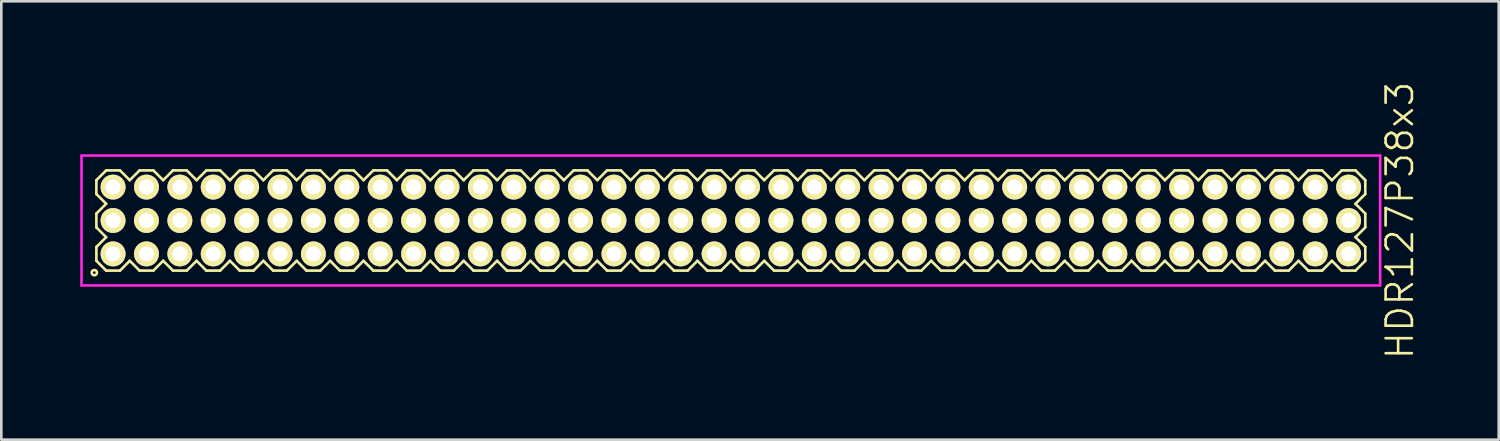
<source format=kicad_pcb>
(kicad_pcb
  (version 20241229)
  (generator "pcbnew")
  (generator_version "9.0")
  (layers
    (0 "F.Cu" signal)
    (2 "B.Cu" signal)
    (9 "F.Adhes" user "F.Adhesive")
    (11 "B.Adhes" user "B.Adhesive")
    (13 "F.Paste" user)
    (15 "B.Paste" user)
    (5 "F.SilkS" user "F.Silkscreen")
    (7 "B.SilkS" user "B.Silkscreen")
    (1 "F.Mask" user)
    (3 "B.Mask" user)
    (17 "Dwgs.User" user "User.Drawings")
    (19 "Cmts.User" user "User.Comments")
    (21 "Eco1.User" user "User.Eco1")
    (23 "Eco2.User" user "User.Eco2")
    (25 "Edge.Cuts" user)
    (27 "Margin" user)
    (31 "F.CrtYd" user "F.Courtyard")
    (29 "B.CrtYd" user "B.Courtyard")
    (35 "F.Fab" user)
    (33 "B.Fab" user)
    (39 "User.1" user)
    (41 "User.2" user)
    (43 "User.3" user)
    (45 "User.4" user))
  (footprint "HDR127P38x3"
    (layer "F.Cu")
    (at 24.745 5.336)
    (property "Reference" "HDR127P38x3" (at 25.445 0 90) (layer "F.SilkS") (effects (font (size 1 1) (thickness 0.1))))
    (attr through_hole)
    (fp_line (start -24.13 -1.533) (end -23.758 -1.905) (stroke (width 0.1) (type solid)) (layer "F.SilkS"))
    (fp_line (start -24.13 -1.007) (end -24.13 -1.533) (stroke (width 0.1) (type solid)) (layer "F.SilkS"))
    (fp_line (start -24.13 -0.263) (end -23.758 -0.635) (stroke (width 0.1) (type solid)) (layer "F.SilkS"))
    (fp_line (start -24.13 0.263) (end -24.13 -0.263) (stroke (width 0.1) (type solid)) (layer "F.SilkS"))
    (fp_line (start -24.13 1.007) (end -23.758 0.635) (stroke (width 0.1) (type solid)) (layer "F.SilkS"))
    (fp_line (start -24.13 1.533) (end -24.13 1.007) (stroke (width 0.1) (type solid)) (layer "F.SilkS"))
    (fp_line (start -23.758 -1.905) (end -23.232 -1.905) (stroke (width 0.1) (type solid)) (layer "F.SilkS"))
    (fp_line (start -23.758 -0.635) (end -24.13 -1.007) (stroke (width 0.1) (type solid)) (layer "F.SilkS"))
    (fp_line (start -23.758 0.635) (end -24.13 0.263) (stroke (width 0.1) (type solid)) (layer "F.SilkS"))
    (fp_line (start -23.758 1.905) (end -24.13 1.533) (stroke (width 0.1) (type solid)) (layer "F.SilkS"))
    (fp_line (start -23.232 -1.905) (end -22.86 -1.533) (stroke (width 0.1) (type solid)) (layer "F.SilkS"))
    (fp_line (start -23.232 1.905) (end -23.758 1.905) (stroke (width 0.1) (type solid)) (layer "F.SilkS"))
    (fp_line (start -22.86 -1.533) (end -22.488 -1.905) (stroke (width 0.1) (type solid)) (layer "F.SilkS"))
    (fp_line (start -22.86 1.533) (end -23.232 1.905) (stroke (width 0.1) (type solid)) (layer "F.SilkS"))
    (fp_line (start -22.488 -1.905) (end -21.962 -1.905) (stroke (width 0.1) (type solid)) (layer "F.SilkS"))
    (fp_line (start -22.488 1.905) (end -22.86 1.533) (stroke (width 0.1) (type solid)) (layer "F.SilkS"))
    (fp_line (start -21.962 -1.905) (end -21.59 -1.533) (stroke (width 0.1) (type solid)) (layer "F.SilkS"))
    (fp_line (start -21.962 1.905) (end -22.488 1.905) (stroke (width 0.1) (type solid)) (layer "F.SilkS"))
    (fp_line (start -21.59 -1.533) (end -21.218 -1.905) (stroke (width 0.1) (type solid)) (layer "F.SilkS"))
    (fp_line (start -21.59 1.533) (end -21.962 1.905) (stroke (width 0.1) (type solid)) (layer "F.SilkS"))
    (fp_line (start -21.218 -1.905) (end -20.692 -1.905) (stroke (width 0.1) (type solid)) (layer "F.SilkS"))
    (fp_line (start -21.218 1.905) (end -21.59 1.533) (stroke (width 0.1) (type solid)) (layer "F.SilkS"))
    (fp_line (start -20.692 -1.905) (end -20.32 -1.533) (stroke (width 0.1) (type solid)) (layer "F.SilkS"))
    (fp_line (start -20.692 1.905) (end -21.218 1.905) (stroke (width 0.1) (type solid)) (layer "F.SilkS"))
    (fp_line (start -20.32 -1.533) (end -19.948 -1.905) (stroke (width 0.1) (type solid)) (layer "F.SilkS"))
    (fp_line (start -20.32 1.533) (end -20.692 1.905) (stroke (width 0.1) (type solid)) (layer "F.SilkS"))
    (fp_line (start -19.948 -1.905) (end -19.422 -1.905) (stroke (width 0.1) (type solid)) (layer "F.SilkS"))
    (fp_line (start -19.948 1.905) (end -20.32 1.533) (stroke (width 0.1) (type solid)) (layer "F.SilkS"))
    (fp_line (start -19.422 -1.905) (end -19.05 -1.533) (stroke (width 0.1) (type solid)) (layer "F.SilkS"))
    (fp_line (start -19.422 1.905) (end -19.948 1.905) (stroke (width 0.1) (type solid)) (layer "F.SilkS"))
    (fp_line (start -19.05 -1.533) (end -18.678 -1.905) (stroke (width 0.1) (type solid)) (layer "F.SilkS"))
    (fp_line (start -19.05 1.533) (end -19.422 1.905) (stroke (width 0.1) (type solid)) (layer "F.SilkS"))
    (fp_line (start -18.678 -1.905) (end -18.152 -1.905) (stroke (width 0.1) (type solid)) (layer "F.SilkS"))
    (fp_line (start -18.678 1.905) (end -19.05 1.533) (stroke (width 0.1) (type solid)) (layer "F.SilkS"))
    (fp_line (start -18.152 -1.905) (end -17.78 -1.533) (stroke (width 0.1) (type solid)) (layer "F.SilkS"))
    (fp_line (start -18.152 1.905) (end -18.678 1.905) (stroke (width 0.1) (type solid)) (layer "F.SilkS"))
    (fp_line (start -17.78 -1.533) (end -17.408 -1.905) (stroke (width 0.1) (type solid)) (layer "F.SilkS"))
    (fp_line (start -17.78 1.533) (end -18.152 1.905) (stroke (width 0.1) (type solid)) (layer "F.SilkS"))
    (fp_line (start -17.408 -1.905) (end -16.882 -1.905) (stroke (width 0.1) (type solid)) (layer "F.SilkS"))
    (fp_line (start -17.408 1.905) (end -17.78 1.533) (stroke (width 0.1) (type solid)) (layer "F.SilkS"))
    (fp_line (start -16.882 -1.905) (end -16.51 -1.533) (stroke (width 0.1) (type solid)) (layer "F.SilkS"))
    (fp_line (start -16.882 1.905) (end -17.408 1.905) (stroke (width 0.1) (type solid)) (layer "F.SilkS"))
    (fp_line (start -16.51 -1.533) (end -16.138 -1.905) (stroke (width 0.1) (type solid)) (layer "F.SilkS"))
    (fp_line (start -16.51 1.533) (end -16.882 1.905) (stroke (width 0.1) (type solid)) (layer "F.SilkS"))
    (fp_line (start -16.138 -1.905) (end -15.612 -1.905) (stroke (width 0.1) (type solid)) (layer "F.SilkS"))
    (fp_line (start -16.138 1.905) (end -16.51 1.533) (stroke (width 0.1) (type solid)) (layer "F.SilkS"))
    (fp_line (start -15.612 -1.905) (end -15.24 -1.533) (stroke (width 0.1) (type solid)) (layer "F.SilkS"))
    (fp_line (start -15.612 1.905) (end -16.138 1.905) (stroke (width 0.1) (type solid)) (layer "F.SilkS"))
    (fp_line (start -15.24 -1.533) (end -14.868 -1.905) (stroke (width 0.1) (type solid)) (layer "F.SilkS"))
    (fp_line (start -15.24 1.533) (end -15.612 1.905) (stroke (width 0.1) (type solid)) (layer "F.SilkS"))
    (fp_line (start -14.868 -1.905) (end -14.342 -1.905) (stroke (width 0.1) (type solid)) (layer "F.SilkS"))
    (fp_line (start -14.868 1.905) (end -15.24 1.533) (stroke (width 0.1) (type solid)) (layer "F.SilkS"))
    (fp_line (start -14.342 -1.905) (end -13.97 -1.533) (stroke (width 0.1) (type solid)) (layer "F.SilkS"))
    (fp_line (start -14.342 1.905) (end -14.868 1.905) (stroke (width 0.1) (type solid)) (layer "F.SilkS"))
    (fp_line (start -13.97 -1.533) (end -13.598 -1.905) (stroke (width 0.1) (type solid)) (layer "F.SilkS"))
    (fp_line (start -13.97 1.533) (end -14.342 1.905) (stroke (width 0.1) (type solid)) (layer "F.SilkS"))
    (fp_line (start -13.598 -1.905) (end -13.072 -1.905) (stroke (width 0.1) (type solid)) (layer "F.SilkS"))
    (fp_line (start -13.598 1.905) (end -13.97 1.533) (stroke (width 0.1) (type solid)) (layer "F.SilkS"))
    (fp_line (start -13.072 -1.905) (end -12.7 -1.533) (stroke (width 0.1) (type solid)) (layer "F.SilkS"))
    (fp_line (start -13.072 1.905) (end -13.598 1.905) (stroke (width 0.1) (type solid)) (layer "F.SilkS"))
    (fp_line (start -12.7 -1.533) (end -12.328 -1.905) (stroke (width 0.1) (type solid)) (layer "F.SilkS"))
    (fp_line (start -12.7 1.533) (end -13.072 1.905) (stroke (width 0.1) (type solid)) (layer "F.SilkS"))
    (fp_line (start -12.328 -1.905) (end -11.802 -1.905) (stroke (width 0.1) (type solid)) (layer "F.SilkS"))
    (fp_line (start -12.328 1.905) (end -12.7 1.533) (stroke (width 0.1) (type solid)) (layer "F.SilkS"))
    (fp_line (start -11.802 -1.905) (end -11.43 -1.533) (stroke (width 0.1) (type solid)) (layer "F.SilkS"))
    (fp_line (start -11.802 1.905) (end -12.328 1.905) (stroke (width 0.1) (type solid)) (layer "F.SilkS"))
    (fp_line (start -11.43 -1.533) (end -11.058 -1.905) (stroke (width 0.1) (type solid)) (layer "F.SilkS"))
    (fp_line (start -11.43 1.533) (end -11.802 1.905) (stroke (width 0.1) (type solid)) (layer "F.SilkS"))
    (fp_line (start -11.058 -1.905) (end -10.532 -1.905) (stroke (width 0.1) (type solid)) (layer "F.SilkS"))
    (fp_line (start -11.058 1.905) (end -11.43 1.533) (stroke (width 0.1) (type solid)) (layer "F.SilkS"))
    (fp_line (start -10.532 -1.905) (end -10.16 -1.533) (stroke (width 0.1) (type solid)) (layer "F.SilkS"))
    (fp_line (start -10.532 1.905) (end -11.058 1.905) (stroke (width 0.1) (type solid)) (layer "F.SilkS"))
    (fp_line (start -10.16 -1.533) (end -9.788 -1.905) (stroke (width 0.1) (type solid)) (layer "F.SilkS"))
    (fp_line (start -10.16 1.533) (end -10.532 1.905) (stroke (width 0.1) (type solid)) (layer "F.SilkS"))
    (fp_line (start -9.788 -1.905) (end -9.262 -1.905) (stroke (width 0.1) (type solid)) (layer "F.SilkS"))
    (fp_line (start -9.788 1.905) (end -10.16 1.533) (stroke (width 0.1) (type solid)) (layer "F.SilkS"))
    (fp_line (start -9.262 -1.905) (end -8.89 -1.533) (stroke (width 0.1) (type solid)) (layer "F.SilkS"))
    (fp_line (start -9.262 1.905) (end -9.788 1.905) (stroke (width 0.1) (type solid)) (layer "F.SilkS"))
    (fp_line (start -8.89 -1.533) (end -8.518 -1.905) (stroke (width 0.1) (type solid)) (layer "F.SilkS"))
    (fp_line (start -8.89 1.533) (end -9.262 1.905) (stroke (width 0.1) (type solid)) (layer "F.SilkS"))
    (fp_line (start -8.518 -1.905) (end -7.992 -1.905) (stroke (width 0.1) (type solid)) (layer "F.SilkS"))
    (fp_line (start -8.518 1.905) (end -8.89 1.533) (stroke (width 0.1) (type solid)) (layer "F.SilkS"))
    (fp_line (start -7.992 -1.905) (end -7.62 -1.533) (stroke (width 0.1) (type solid)) (layer "F.SilkS"))
    (fp_line (start -7.992 1.905) (end -8.518 1.905) (stroke (width 0.1) (type solid)) (layer "F.SilkS"))
    (fp_line (start -7.62 -1.533) (end -7.248 -1.905) (stroke (width 0.1) (type solid)) (layer "F.SilkS"))
    (fp_line (start -7.62 1.533) (end -7.992 1.905) (stroke (width 0.1) (type solid)) (layer "F.SilkS"))
    (fp_line (start -7.248 -1.905) (end -6.722 -1.905) (stroke (width 0.1) (type solid)) (layer "F.SilkS"))
    (fp_line (start -7.248 1.905) (end -7.62 1.533) (stroke (width 0.1) (type solid)) (layer "F.SilkS"))
    (fp_line (start -6.722 -1.905) (end -6.35 -1.533) (stroke (width 0.1) (type solid)) (layer "F.SilkS"))
    (fp_line (start -6.722 1.905) (end -7.248 1.905) (stroke (width 0.1) (type solid)) (layer "F.SilkS"))
    (fp_line (start -6.35 -1.533) (end -5.978 -1.905) (stroke (width 0.1) (type solid)) (layer "F.SilkS"))
    (fp_line (start -6.35 1.533) (end -6.722 1.905) (stroke (width 0.1) (type solid)) (layer "F.SilkS"))
    (fp_line (start -5.978 -1.905) (end -5.452 -1.905) (stroke (width 0.1) (type solid)) (layer "F.SilkS"))
    (fp_line (start -5.978 1.905) (end -6.35 1.533) (stroke (width 0.1) (type solid)) (layer "F.SilkS"))
    (fp_line (start -5.452 -1.905) (end -5.08 -1.533) (stroke (width 0.1) (type solid)) (layer "F.SilkS"))
    (fp_line (start -5.452 1.905) (end -5.978 1.905) (stroke (width 0.1) (type solid)) (layer "F.SilkS"))
    (fp_line (start -5.08 -1.533) (end -4.708 -1.905) (stroke (width 0.1) (type solid)) (layer "F.SilkS"))
    (fp_line (start -5.08 1.533) (end -5.452 1.905) (stroke (width 0.1) (type solid)) (layer "F.SilkS"))
    (fp_line (start -4.708 -1.905) (end -4.182 -1.905) (stroke (width 0.1) (type solid)) (layer "F.SilkS"))
    (fp_line (start -4.708 1.905) (end -5.08 1.533) (stroke (width 0.1) (type solid)) (layer "F.SilkS"))
    (fp_line (start -4.182 -1.905) (end -3.81 -1.533) (stroke (width 0.1) (type solid)) (layer "F.SilkS"))
    (fp_line (start -4.182 1.905) (end -4.708 1.905) (stroke (width 0.1) (type solid)) (layer "F.SilkS"))
    (fp_line (start -3.81 -1.533) (end -3.438 -1.905) (stroke (width 0.1) (type solid)) (layer "F.SilkS"))
    (fp_line (start -3.81 1.533) (end -4.182 1.905) (stroke (width 0.1) (type solid)) (layer "F.SilkS"))
    (fp_line (start -3.438 -1.905) (end -2.912 -1.905) (stroke (width 0.1) (type solid)) (layer "F.SilkS"))
    (fp_line (start -3.438 1.905) (end -3.81 1.533) (stroke (width 0.1) (type solid)) (layer "F.SilkS"))
    (fp_line (start -2.912 -1.905) (end -2.54 -1.533) (stroke (width 0.1) (type solid)) (layer "F.SilkS"))
    (fp_line (start -2.912 1.905) (end -3.438 1.905) (stroke (width 0.1) (type solid)) (layer "F.SilkS"))
    (fp_line (start -2.54 -1.533) (end -2.168 -1.905) (stroke (width 0.1) (type solid)) (layer "F.SilkS"))
    (fp_line (start -2.54 1.533) (end -2.912 1.905) (stroke (width 0.1) (type solid)) (layer "F.SilkS"))
    (fp_line (start -2.168 -1.905) (end -1.642 -1.905) (stroke (width 0.1) (type solid)) (layer "F.SilkS"))
    (fp_line (start -2.168 1.905) (end -2.54 1.533) (stroke (width 0.1) (type solid)) (layer "F.SilkS"))
    (fp_line (start -1.642 -1.905) (end -1.27 -1.533) (stroke (width 0.1) (type solid)) (layer "F.SilkS"))
    (fp_line (start -1.642 1.905) (end -2.168 1.905) (stroke (width 0.1) (type solid)) (layer "F.SilkS"))
    (fp_line (start -1.27 -1.533) (end -0.898 -1.905) (stroke (width 0.1) (type solid)) (layer "F.SilkS"))
    (fp_line (start -1.27 1.533) (end -1.642 1.905) (stroke (width 0.1) (type solid)) (layer "F.SilkS"))
    (fp_line (start -0.898 -1.905) (end -0.372 -1.905) (stroke (width 0.1) (type solid)) (layer "F.SilkS"))
    (fp_line (start -0.898 1.905) (end -1.27 1.533) (stroke (width 0.1) (type solid)) (layer "F.SilkS"))
    (fp_line (start -0.372 -1.905) (end 0 -1.533) (stroke (width 0.1) (type solid)) (layer "F.SilkS"))
    (fp_line (start -0.372 1.905) (end -0.898 1.905) (stroke (width 0.1) (type solid)) (layer "F.SilkS"))
    (fp_line (start 0 -1.533) (end 0.372 -1.905) (stroke (width 0.1) (type solid)) (layer "F.SilkS"))
    (fp_line (start 0 1.533) (end -0.372 1.905) (stroke (width 0.1) (type solid)) (layer "F.SilkS"))
    (fp_line (start 0.372 -1.905) (end 0.898 -1.905) (stroke (width 0.1) (type solid)) (layer "F.SilkS"))
    (fp_line (start 0.372 1.905) (end 0 1.533) (stroke (width 0.1) (type solid)) (layer "F.SilkS"))
    (fp_line (start 0.898 -1.905) (end 1.27 -1.533) (stroke (width 0.1) (type solid)) (layer "F.SilkS"))
    (fp_line (start 0.898 1.905) (end 0.372 1.905) (stroke (width 0.1) (type solid)) (layer "F.SilkS"))
    (fp_line (start 1.27 -1.533) (end 1.642 -1.905) (stroke (width 0.1) (type solid)) (layer "F.SilkS"))
    (fp_line (start 1.27 1.533) (end 0.898 1.905) (stroke (width 0.1) (type solid)) (layer "F.SilkS"))
    (fp_line (start 1.642 -1.905) (end 2.168 -1.905) (stroke (width 0.1) (type solid)) (layer "F.SilkS"))
    (fp_line (start 1.642 1.905) (end 1.27 1.533) (stroke (width 0.1) (type solid)) (layer "F.SilkS"))
    (fp_line (start 2.168 -1.905) (end 2.54 -1.533) (stroke (width 0.1) (type solid)) (layer "F.SilkS"))
    (fp_line (start 2.168 1.905) (end 1.642 1.905) (stroke (width 0.1) (type solid)) (layer "F.SilkS"))
    (fp_line (start 2.54 -1.533) (end 2.912 -1.905) (stroke (width 0.1) (type solid)) (layer "F.SilkS"))
    (fp_line (start 2.54 1.533) (end 2.168 1.905) (stroke (width 0.1) (type solid)) (layer "F.SilkS"))
    (fp_line (start 2.912 -1.905) (end 3.438 -1.905) (stroke (width 0.1) (type solid)) (layer "F.SilkS"))
    (fp_line (start 2.912 1.905) (end 2.54 1.533) (stroke (width 0.1) (type solid)) (layer "F.SilkS"))
    (fp_line (start 3.438 -1.905) (end 3.81 -1.533) (stroke (width 0.1) (type solid)) (layer "F.SilkS"))
    (fp_line (start 3.438 1.905) (end 2.912 1.905) (stroke (width 0.1) (type solid)) (layer "F.SilkS"))
    (fp_line (start 3.81 -1.533) (end 4.182 -1.905) (stroke (width 0.1) (type solid)) (layer "F.SilkS"))
    (fp_line (start 3.81 1.533) (end 3.438 1.905) (stroke (width 0.1) (type solid)) (layer "F.SilkS"))
    (fp_line (start 4.182 -1.905) (end 4.708 -1.905) (stroke (width 0.1) (type solid)) (layer "F.SilkS"))
    (fp_line (start 4.182 1.905) (end 3.81 1.533) (stroke (width 0.1) (type solid)) (layer "F.SilkS"))
    (fp_line (start 4.708 -1.905) (end 5.08 -1.533) (stroke (width 0.1) (type solid)) (layer "F.SilkS"))
    (fp_line (start 4.708 1.905) (end 4.182 1.905) (stroke (width 0.1) (type solid)) (layer "F.SilkS"))
    (fp_line (start 5.08 -1.533) (end 5.452 -1.905) (stroke (width 0.1) (type solid)) (layer "F.SilkS"))
    (fp_line (start 5.08 1.533) (end 4.708 1.905) (stroke (width 0.1) (type solid)) (layer "F.SilkS"))
    (fp_line (start 5.452 -1.905) (end 5.978 -1.905) (stroke (width 0.1) (type solid)) (layer "F.SilkS"))
    (fp_line (start 5.452 1.905) (end 5.08 1.533) (stroke (width 0.1) (type solid)) (layer "F.SilkS"))
    (fp_line (start 5.978 -1.905) (end 6.35 -1.533) (stroke (width 0.1) (type solid)) (layer "F.SilkS"))
    (fp_line (start 5.978 1.905) (end 5.452 1.905) (stroke (width 0.1) (type solid)) (layer "F.SilkS"))
    (fp_line (start 6.35 -1.533) (end 6.722 -1.905) (stroke (width 0.1) (type solid)) (layer "F.SilkS"))
    (fp_line (start 6.35 1.533) (end 5.978 1.905) (stroke (width 0.1) (type solid)) (layer "F.SilkS"))
    (fp_line (start 6.722 -1.905) (end 7.248 -1.905) (stroke (width 0.1) (type solid)) (layer "F.SilkS"))
    (fp_line (start 6.722 1.905) (end 6.35 1.533) (stroke (width 0.1) (type solid)) (layer "F.SilkS"))
    (fp_line (start 7.248 -1.905) (end 7.62 -1.533) (stroke (width 0.1) (type solid)) (layer "F.SilkS"))
    (fp_line (start 7.248 1.905) (end 6.722 1.905) (stroke (width 0.1) (type solid)) (layer "F.SilkS"))
    (fp_line (start 7.62 -1.533) (end 7.992 -1.905) (stroke (width 0.1) (type solid)) (layer "F.SilkS"))
    (fp_line (start 7.62 1.533) (end 7.248 1.905) (stroke (width 0.1) (type solid)) (layer "F.SilkS"))
    (fp_line (start 7.992 -1.905) (end 8.518 -1.905) (stroke (width 0.1) (type solid)) (layer "F.SilkS"))
    (fp_line (start 7.992 1.905) (end 7.62 1.533) (stroke (width 0.1) (type solid)) (layer "F.SilkS"))
    (fp_line (start 8.518 -1.905) (end 8.89 -1.533) (stroke (width 0.1) (type solid)) (layer "F.SilkS"))
    (fp_line (start 8.518 1.905) (end 7.992 1.905) (stroke (width 0.1) (type solid)) (layer "F.SilkS"))
    (fp_line (start 8.89 -1.533) (end 9.262 -1.905) (stroke (width 0.1) (type solid)) (layer "F.SilkS"))
    (fp_line (start 8.89 1.533) (end 8.518 1.905) (stroke (width 0.1) (type solid)) (layer "F.SilkS"))
    (fp_line (start 9.262 -1.905) (end 9.788 -1.905) (stroke (width 0.1) (type solid)) (layer "F.SilkS"))
    (fp_line (start 9.262 1.905) (end 8.89 1.533) (stroke (width 0.1) (type solid)) (layer "F.SilkS"))
    (fp_line (start 9.788 -1.905) (end 10.16 -1.533) (stroke (width 0.1) (type solid)) (layer "F.SilkS"))
    (fp_line (start 9.788 1.905) (end 9.262 1.905) (stroke (width 0.1) (type solid)) (layer "F.SilkS"))
    (fp_line (start 10.16 -1.533) (end 10.532 -1.905) (stroke (width 0.1) (type solid)) (layer "F.SilkS"))
    (fp_line (start 10.16 1.533) (end 9.788 1.905) (stroke (width 0.1) (type solid)) (layer "F.SilkS"))
    (fp_line (start 10.532 -1.905) (end 11.058 -1.905) (stroke (width 0.1) (type solid)) (layer "F.SilkS"))
    (fp_line (start 10.532 1.905) (end 10.16 1.533) (stroke (width 0.1) (type solid)) (layer "F.SilkS"))
    (fp_line (start 11.058 -1.905) (end 11.43 -1.533) (stroke (width 0.1) (type solid)) (layer "F.SilkS"))
    (fp_line (start 11.058 1.905) (end 10.532 1.905) (stroke (width 0.1) (type solid)) (layer "F.SilkS"))
    (fp_line (start 11.43 -1.533) (end 11.802 -1.905) (stroke (width 0.1) (type solid)) (layer "F.SilkS"))
    (fp_line (start 11.43 1.533) (end 11.058 1.905) (stroke (width 0.1) (type solid)) (layer "F.SilkS"))
    (fp_line (start 11.802 -1.905) (end 12.328 -1.905) (stroke (width 0.1) (type solid)) (layer "F.SilkS"))
    (fp_line (start 11.802 1.905) (end 11.43 1.533) (stroke (width 0.1) (type solid)) (layer "F.SilkS"))
    (fp_line (start 12.328 -1.905) (end 12.7 -1.533) (stroke (width 0.1) (type solid)) (layer "F.SilkS"))
    (fp_line (start 12.328 1.905) (end 11.802 1.905) (stroke (width 0.1) (type solid)) (layer "F.SilkS"))
    (fp_line (start 12.7 -1.533) (end 13.072 -1.905) (stroke (width 0.1) (type solid)) (layer "F.SilkS"))
    (fp_line (start 12.7 1.533) (end 12.328 1.905) (stroke (width 0.1) (type solid)) (layer "F.SilkS"))
    (fp_line (start 13.072 -1.905) (end 13.598 -1.905) (stroke (width 0.1) (type solid)) (layer "F.SilkS"))
    (fp_line (start 13.072 1.905) (end 12.7 1.533) (stroke (width 0.1) (type solid)) (layer "F.SilkS"))
    (fp_line (start 13.598 -1.905) (end 13.97 -1.533) (stroke (width 0.1) (type solid)) (layer "F.SilkS"))
    (fp_line (start 13.598 1.905) (end 13.072 1.905) (stroke (width 0.1) (type solid)) (layer "F.SilkS"))
    (fp_line (start 13.97 -1.533) (end 14.342 -1.905) (stroke (width 0.1) (type solid)) (layer "F.SilkS"))
    (fp_line (start 13.97 1.533) (end 13.598 1.905) (stroke (width 0.1) (type solid)) (layer "F.SilkS"))
    (fp_line (start 14.342 -1.905) (end 14.868 -1.905) (stroke (width 0.1) (type solid)) (layer "F.SilkS"))
    (fp_line (start 14.342 1.905) (end 13.97 1.533) (stroke (width 0.1) (type solid)) (layer "F.SilkS"))
    (fp_line (start 14.868 -1.905) (end 15.24 -1.533) (stroke (width 0.1) (type solid)) (layer "F.SilkS"))
    (fp_line (start 14.868 1.905) (end 14.342 1.905) (stroke (width 0.1) (type solid)) (layer "F.SilkS"))
    (fp_line (start 15.24 -1.533) (end 15.612 -1.905) (stroke (width 0.1) (type solid)) (layer "F.SilkS"))
    (fp_line (start 15.24 1.533) (end 14.868 1.905) (stroke (width 0.1) (type solid)) (layer "F.SilkS"))
    (fp_line (start 15.612 -1.905) (end 16.138 -1.905) (stroke (width 0.1) (type solid)) (layer "F.SilkS"))
    (fp_line (start 15.612 1.905) (end 15.24 1.533) (stroke (width 0.1) (type solid)) (layer "F.SilkS"))
    (fp_line (start 16.138 -1.905) (end 16.51 -1.533) (stroke (width 0.1) (type solid)) (layer "F.SilkS"))
    (fp_line (start 16.138 1.905) (end 15.612 1.905) (stroke (width 0.1) (type solid)) (layer "F.SilkS"))
    (fp_line (start 16.51 -1.533) (end 16.882 -1.905) (stroke (width 0.1) (type solid)) (layer "F.SilkS"))
    (fp_line (start 16.51 1.533) (end 16.138 1.905) (stroke (width 0.1) (type solid)) (layer "F.SilkS"))
    (fp_line (start 16.882 -1.905) (end 17.408 -1.905) (stroke (width 0.1) (type solid)) (layer "F.SilkS"))
    (fp_line (start 16.882 1.905) (end 16.51 1.533) (stroke (width 0.1) (type solid)) (layer "F.SilkS"))
    (fp_line (start 17.408 -1.905) (end 17.78 -1.533) (stroke (width 0.1) (type solid)) (layer "F.SilkS"))
    (fp_line (start 17.408 1.905) (end 16.882 1.905) (stroke (width 0.1) (type solid)) (layer "F.SilkS"))
    (fp_line (start 17.78 -1.533) (end 18.152 -1.905) (stroke (width 0.1) (type solid)) (layer "F.SilkS"))
    (fp_line (start 17.78 1.533) (end 17.408 1.905) (stroke (width 0.1) (type solid)) (layer "F.SilkS"))
    (fp_line (start 18.152 -1.905) (end 18.678 -1.905) (stroke (width 0.1) (type solid)) (layer "F.SilkS"))
    (fp_line (start 18.152 1.905) (end 17.78 1.533) (stroke (width 0.1) (type solid)) (layer "F.SilkS"))
    (fp_line (start 18.678 -1.905) (end 19.05 -1.533) (stroke (width 0.1) (type solid)) (layer "F.SilkS"))
    (fp_line (start 18.678 1.905) (end 18.152 1.905) (stroke (width 0.1) (type solid)) (layer "F.SilkS"))
    (fp_line (start 19.05 -1.533) (end 19.422 -1.905) (stroke (width 0.1) (type solid)) (layer "F.SilkS"))
    (fp_line (start 19.05 1.533) (end 18.678 1.905) (stroke (width 0.1) (type solid)) (layer "F.SilkS"))
    (fp_line (start 19.422 -1.905) (end 19.948 -1.905) (stroke (width 0.1) (type solid)) (layer "F.SilkS"))
    (fp_line (start 19.422 1.905) (end 19.05 1.533) (stroke (width 0.1) (type solid)) (layer "F.SilkS"))
    (fp_line (start 19.948 -1.905) (end 20.32 -1.533) (stroke (width 0.1) (type solid)) (layer "F.SilkS"))
    (fp_line (start 19.948 1.905) (end 19.422 1.905) (stroke (width 0.1) (type solid)) (layer "F.SilkS"))
    (fp_line (start 20.32 -1.533) (end 20.692 -1.905) (stroke (width 0.1) (type solid)) (layer "F.SilkS"))
    (fp_line (start 20.32 1.533) (end 19.948 1.905) (stroke (width 0.1) (type solid)) (layer "F.SilkS"))
    (fp_line (start 20.692 -1.905) (end 21.218 -1.905) (stroke (width 0.1) (type solid)) (layer "F.SilkS"))
    (fp_line (start 20.692 1.905) (end 20.32 1.533) (stroke (width 0.1) (type solid)) (layer "F.SilkS"))
    (fp_line (start 21.218 -1.905) (end 21.59 -1.533) (stroke (width 0.1) (type solid)) (layer "F.SilkS"))
    (fp_line (start 21.218 1.905) (end 20.692 1.905) (stroke (width 0.1) (type solid)) (layer "F.SilkS"))
    (fp_line (start 21.59 -1.533) (end 21.962 -1.905) (stroke (width 0.1) (type solid)) (layer "F.SilkS"))
    (fp_line (start 21.59 1.533) (end 21.218 1.905) (stroke (width 0.1) (type solid)) (layer "F.SilkS"))
    (fp_line (start 21.962 -1.905) (end 22.488 -1.905) (stroke (width 0.1) (type solid)) (layer "F.SilkS"))
    (fp_line (start 21.962 1.905) (end 21.59 1.533) (stroke (width 0.1) (type solid)) (layer "F.SilkS"))
    (fp_line (start 22.488 -1.905) (end 22.86 -1.533) (stroke (width 0.1) (type solid)) (layer "F.SilkS"))
    (fp_line (start 22.488 1.905) (end 21.962 1.905) (stroke (width 0.1) (type solid)) (layer "F.SilkS"))
    (fp_line (start 22.86 -1.533) (end 23.232 -1.905) (stroke (width 0.1) (type solid)) (layer "F.SilkS"))
    (fp_line (start 22.86 1.533) (end 22.488 1.905) (stroke (width 0.1) (type solid)) (layer "F.SilkS"))
    (fp_line (start 23.232 -1.905) (end 23.758 -1.905) (stroke (width 0.1) (type solid)) (layer "F.SilkS"))
    (fp_line (start 23.232 1.905) (end 22.86 1.533) (stroke (width 0.1) (type solid)) (layer "F.SilkS"))
    (fp_line (start 23.758 -1.905) (end 24.13 -1.533) (stroke (width 0.1) (type solid)) (layer "F.SilkS"))
    (fp_line (start 23.758 -0.635) (end 24.13 -0.263) (stroke (width 0.1) (type solid)) (layer "F.SilkS"))
    (fp_line (start 23.758 0.635) (end 24.13 1.007) (stroke (width 0.1) (type solid)) (layer "F.SilkS"))
    (fp_line (start 23.758 1.905) (end 23.232 1.905) (stroke (width 0.1) (type solid)) (layer "F.SilkS"))
    (fp_line (start 24.13 -1.533) (end 24.13 -1.007) (stroke (width 0.1) (type solid)) (layer "F.SilkS"))
    (fp_line (start 24.13 -1.007) (end 23.758 -0.635) (stroke (width 0.1) (type solid)) (layer "F.SilkS"))
    (fp_line (start 24.13 -0.263) (end 24.13 0.263) (stroke (width 0.1) (type solid)) (layer "F.SilkS"))
    (fp_line (start 24.13 0.263) (end 23.758 0.635) (stroke (width 0.1) (type solid)) (layer "F.SilkS"))
    (fp_line (start 24.13 1.007) (end 24.13 1.533) (stroke (width 0.1) (type solid)) (layer "F.SilkS"))
    (fp_line (start 24.13 1.533) (end 23.758 1.905) (stroke (width 0.1) (type solid)) (layer "F.SilkS"))
    (fp_circle (center -24.208 1.983) (end -24.108 1.983) (stroke (width 0.1) (type solid)) (fill no) (layer "F.SilkS"))
    (fp_line (start -24.695 -2.47) (end -24.695 2.47) (stroke (width 0.1) (type solid)) (layer "F.CrtYd"))
    (fp_line (start -24.695 2.47) (end 24.695 2.47) (stroke (width 0.1) (type solid)) (layer "F.CrtYd"))
    (fp_line (start 24.695 -2.47) (end -24.695 -2.47) (stroke (width 0.1) (type solid)) (layer "F.CrtYd"))
    (fp_line (start 24.695 2.47) (end 24.695 -2.47) (stroke (width 0.1) (type solid)) (layer "F.CrtYd"))
    (pad "1" thru_hole oval (at -23.495 1.27) (size 0.95 0.95) (drill 0.57) (layers "*.Cu" "*.Mask" "F.SilkS"))
    (pad "2" thru_hole oval (at -23.495 0) (size 0.95 0.95) (drill 0.57) (layers "*.Cu" "*.Mask" "F.SilkS"))
    (pad "3" thru_hole oval (at -23.495 -1.27) (size 0.95 0.95) (drill 0.57) (layers "*.Cu" "*.Mask" "F.SilkS"))
    (pad "4" thru_hole oval (at -22.225 1.27) (size 0.95 0.95) (drill 0.57) (layers "*.Cu" "*.Mask" "F.SilkS"))
    (pad "5" thru_hole oval (at -22.225 0) (size 0.95 0.95) (drill 0.57) (layers "*.Cu" "*.Mask" "F.SilkS"))
    (pad "6" thru_hole oval (at -22.225 -1.27) (size 0.95 0.95) (drill 0.57) (layers "*.Cu" "*.Mask" "F.SilkS"))
    (pad "7" thru_hole oval (at -20.955 1.27) (size 0.95 0.95) (drill 0.57) (layers "*.Cu" "*.Mask" "F.SilkS"))
    (pad "8" thru_hole oval (at -20.955 0) (size 0.95 0.95) (drill 0.57) (layers "*.Cu" "*.Mask" "F.SilkS"))
    (pad "9" thru_hole oval (at -20.955 -1.27) (size 0.95 0.95) (drill 0.57) (layers "*.Cu" "*.Mask" "F.SilkS"))
    (pad "10" thru_hole oval (at -19.685 1.27) (size 0.95 0.95) (drill 0.57) (layers "*.Cu" "*.Mask" "F.SilkS"))
    (pad "11" thru_hole oval (at -19.685 0) (size 0.95 0.95) (drill 0.57) (layers "*.Cu" "*.Mask" "F.SilkS"))
    (pad "12" thru_hole oval (at -19.685 -1.27) (size 0.95 0.95) (drill 0.57) (layers "*.Cu" "*.Mask" "F.SilkS"))
    (pad "13" thru_hole oval (at -18.415 1.27) (size 0.95 0.95) (drill 0.57) (layers "*.Cu" "*.Mask" "F.SilkS"))
    (pad "14" thru_hole oval (at -18.415 0) (size 0.95 0.95) (drill 0.57) (layers "*.Cu" "*.Mask" "F.SilkS"))
    (pad "15" thru_hole oval (at -18.415 -1.27) (size 0.95 0.95) (drill 0.57) (layers "*.Cu" "*.Mask" "F.SilkS"))
    (pad "16" thru_hole oval (at -17.145 1.27) (size 0.95 0.95) (drill 0.57) (layers "*.Cu" "*.Mask" "F.SilkS"))
    (pad "17" thru_hole oval (at -17.145 0) (size 0.95 0.95) (drill 0.57) (layers "*.Cu" "*.Mask" "F.SilkS"))
    (pad "18" thru_hole oval (at -17.145 -1.27) (size 0.95 0.95) (drill 0.57) (layers "*.Cu" "*.Mask" "F.SilkS"))
    (pad "19" thru_hole oval (at -15.875 1.27) (size 0.95 0.95) (drill 0.57) (layers "*.Cu" "*.Mask" "F.SilkS"))
    (pad "20" thru_hole oval (at -15.875 0) (size 0.95 0.95) (drill 0.57) (layers "*.Cu" "*.Mask" "F.SilkS"))
    (pad "21" thru_hole oval (at -15.875 -1.27) (size 0.95 0.95) (drill 0.57) (layers "*.Cu" "*.Mask" "F.SilkS"))
    (pad "22" thru_hole oval (at -14.605 1.27) (size 0.95 0.95) (drill 0.57) (layers "*.Cu" "*.Mask" "F.SilkS"))
    (pad "23" thru_hole oval (at -14.605 0) (size 0.95 0.95) (drill 0.57) (layers "*.Cu" "*.Mask" "F.SilkS"))
    (pad "24" thru_hole oval (at -14.605 -1.27) (size 0.95 0.95) (drill 0.57) (layers "*.Cu" "*.Mask" "F.SilkS"))
    (pad "25" thru_hole oval (at -13.335 1.27) (size 0.95 0.95) (drill 0.57) (layers "*.Cu" "*.Mask" "F.SilkS"))
    (pad "26" thru_hole oval (at -13.335 0) (size 0.95 0.95) (drill 0.57) (layers "*.Cu" "*.Mask" "F.SilkS"))
    (pad "27" thru_hole oval (at -13.335 -1.27) (size 0.95 0.95) (drill 0.57) (layers "*.Cu" "*.Mask" "F.SilkS"))
    (pad "28" thru_hole oval (at -12.065 1.27) (size 0.95 0.95) (drill 0.57) (layers "*.Cu" "*.Mask" "F.SilkS"))
    (pad "29" thru_hole oval (at -12.065 0) (size 0.95 0.95) (drill 0.57) (layers "*.Cu" "*.Mask" "F.SilkS"))
    (pad "30" thru_hole oval (at -12.065 -1.27) (size 0.95 0.95) (drill 0.57) (layers "*.Cu" "*.Mask" "F.SilkS"))
    (pad "31" thru_hole oval (at -10.795 1.27) (size 0.95 0.95) (drill 0.57) (layers "*.Cu" "*.Mask" "F.SilkS"))
    (pad "32" thru_hole oval (at -10.795 0) (size 0.95 0.95) (drill 0.57) (layers "*.Cu" "*.Mask" "F.SilkS"))
    (pad "33" thru_hole oval (at -10.795 -1.27) (size 0.95 0.95) (drill 0.57) (layers "*.Cu" "*.Mask" "F.SilkS"))
    (pad "34" thru_hole oval (at -9.525 1.27) (size 0.95 0.95) (drill 0.57) (layers "*.Cu" "*.Mask" "F.SilkS"))
    (pad "35" thru_hole oval (at -9.525 0) (size 0.95 0.95) (drill 0.57) (layers "*.Cu" "*.Mask" "F.SilkS"))
    (pad "36" thru_hole oval (at -9.525 -1.27) (size 0.95 0.95) (drill 0.57) (layers "*.Cu" "*.Mask" "F.SilkS"))
    (pad "37" thru_hole oval (at -8.255 1.27) (size 0.95 0.95) (drill 0.57) (layers "*.Cu" "*.Mask" "F.SilkS"))
    (pad "38" thru_hole oval (at -8.255 0) (size 0.95 0.95) (drill 0.57) (layers "*.Cu" "*.Mask" "F.SilkS"))
    (pad "39" thru_hole oval (at -8.255 -1.27) (size 0.95 0.95) (drill 0.57) (layers "*.Cu" "*.Mask" "F.SilkS"))
    (pad "40" thru_hole oval (at -6.985 1.27) (size 0.95 0.95) (drill 0.57) (layers "*.Cu" "*.Mask" "F.SilkS"))
    (pad "41" thru_hole oval (at -6.985 0) (size 0.95 0.95) (drill 0.57) (layers "*.Cu" "*.Mask" "F.SilkS"))
    (pad "42" thru_hole oval (at -6.985 -1.27) (size 0.95 0.95) (drill 0.57) (layers "*.Cu" "*.Mask" "F.SilkS"))
    (pad "43" thru_hole oval (at -5.715 1.27) (size 0.95 0.95) (drill 0.57) (layers "*.Cu" "*.Mask" "F.SilkS"))
    (pad "44" thru_hole oval (at -5.715 0) (size 0.95 0.95) (drill 0.57) (layers "*.Cu" "*.Mask" "F.SilkS"))
    (pad "45" thru_hole oval (at -5.715 -1.27) (size 0.95 0.95) (drill 0.57) (layers "*.Cu" "*.Mask" "F.SilkS"))
    (pad "46" thru_hole oval (at -4.445 1.27) (size 0.95 0.95) (drill 0.57) (layers "*.Cu" "*.Mask" "F.SilkS"))
    (pad "47" thru_hole oval (at -4.445 0) (size 0.95 0.95) (drill 0.57) (layers "*.Cu" "*.Mask" "F.SilkS"))
    (pad "48" thru_hole oval (at -4.445 -1.27) (size 0.95 0.95) (drill 0.57) (layers "*.Cu" "*.Mask" "F.SilkS"))
    (pad "49" thru_hole oval (at -3.175 1.27) (size 0.95 0.95) (drill 0.57) (layers "*.Cu" "*.Mask" "F.SilkS"))
    (pad "50" thru_hole oval (at -3.175 0) (size 0.95 0.95) (drill 0.57) (layers "*.Cu" "*.Mask" "F.SilkS"))
    (pad "51" thru_hole oval (at -3.175 -1.27) (size 0.95 0.95) (drill 0.57) (layers "*.Cu" "*.Mask" "F.SilkS"))
    (pad "52" thru_hole oval (at -1.905 1.27) (size 0.95 0.95) (drill 0.57) (layers "*.Cu" "*.Mask" "F.SilkS"))
    (pad "53" thru_hole oval (at -1.905 0) (size 0.95 0.95) (drill 0.57) (layers "*.Cu" "*.Mask" "F.SilkS"))
    (pad "54" thru_hole oval (at -1.905 -1.27) (size 0.95 0.95) (drill 0.57) (layers "*.Cu" "*.Mask" "F.SilkS"))
    (pad "55" thru_hole oval (at -0.635 1.27) (size 0.95 0.95) (drill 0.57) (layers "*.Cu" "*.Mask" "F.SilkS"))
    (pad "56" thru_hole oval (at -0.635 0) (size 0.95 0.95) (drill 0.57) (layers "*.Cu" "*.Mask" "F.SilkS"))
    (pad "57" thru_hole oval (at -0.635 -1.27) (size 0.95 0.95) (drill 0.57) (layers "*.Cu" "*.Mask" "F.SilkS"))
    (pad "58" thru_hole oval (at 0.635 1.27) (size 0.95 0.95) (drill 0.57) (layers "*.Cu" "*.Mask" "F.SilkS"))
    (pad "59" thru_hole oval (at 0.635 0) (size 0.95 0.95) (drill 0.57) (layers "*.Cu" "*.Mask" "F.SilkS"))
    (pad "60" thru_hole oval (at 0.635 -1.27) (size 0.95 0.95) (drill 0.57) (layers "*.Cu" "*.Mask" "F.SilkS"))
    (pad "61" thru_hole oval (at 1.905 1.27) (size 0.95 0.95) (drill 0.57) (layers "*.Cu" "*.Mask" "F.SilkS"))
    (pad "62" thru_hole oval (at 1.905 0) (size 0.95 0.95) (drill 0.57) (layers "*.Cu" "*.Mask" "F.SilkS"))
    (pad "63" thru_hole oval (at 1.905 -1.27) (size 0.95 0.95) (drill 0.57) (layers "*.Cu" "*.Mask" "F.SilkS"))
    (pad "64" thru_hole oval (at 3.175 1.27) (size 0.95 0.95) (drill 0.57) (layers "*.Cu" "*.Mask" "F.SilkS"))
    (pad "65" thru_hole oval (at 3.175 0) (size 0.95 0.95) (drill 0.57) (layers "*.Cu" "*.Mask" "F.SilkS"))
    (pad "66" thru_hole oval (at 3.175 -1.27) (size 0.95 0.95) (drill 0.57) (layers "*.Cu" "*.Mask" "F.SilkS"))
    (pad "67" thru_hole oval (at 4.445 1.27) (size 0.95 0.95) (drill 0.57) (layers "*.Cu" "*.Mask" "F.SilkS"))
    (pad "68" thru_hole oval (at 4.445 0) (size 0.95 0.95) (drill 0.57) (layers "*.Cu" "*.Mask" "F.SilkS"))
    (pad "69" thru_hole oval (at 4.445 -1.27) (size 0.95 0.95) (drill 0.57) (layers "*.Cu" "*.Mask" "F.SilkS"))
    (pad "70" thru_hole oval (at 5.715 1.27) (size 0.95 0.95) (drill 0.57) (layers "*.Cu" "*.Mask" "F.SilkS"))
    (pad "71" thru_hole oval (at 5.715 0) (size 0.95 0.95) (drill 0.57) (layers "*.Cu" "*.Mask" "F.SilkS"))
    (pad "72" thru_hole oval (at 5.715 -1.27) (size 0.95 0.95) (drill 0.57) (layers "*.Cu" "*.Mask" "F.SilkS"))
    (pad "73" thru_hole oval (at 6.985 1.27) (size 0.95 0.95) (drill 0.57) (layers "*.Cu" "*.Mask" "F.SilkS"))
    (pad "74" thru_hole oval (at 6.985 0) (size 0.95 0.95) (drill 0.57) (layers "*.Cu" "*.Mask" "F.SilkS"))
    (pad "75" thru_hole oval (at 6.985 -1.27) (size 0.95 0.95) (drill 0.57) (layers "*.Cu" "*.Mask" "F.SilkS"))
    (pad "76" thru_hole oval (at 8.255 1.27) (size 0.95 0.95) (drill 0.57) (layers "*.Cu" "*.Mask" "F.SilkS"))
    (pad "77" thru_hole oval (at 8.255 0) (size 0.95 0.95) (drill 0.57) (layers "*.Cu" "*.Mask" "F.SilkS"))
    (pad "78" thru_hole oval (at 8.255 -1.27) (size 0.95 0.95) (drill 0.57) (layers "*.Cu" "*.Mask" "F.SilkS"))
    (pad "79" thru_hole oval (at 9.525 1.27) (size 0.95 0.95) (drill 0.57) (layers "*.Cu" "*.Mask" "F.SilkS"))
    (pad "80" thru_hole oval (at 9.525 0) (size 0.95 0.95) (drill 0.57) (layers "*.Cu" "*.Mask" "F.SilkS"))
    (pad "81" thru_hole oval (at 9.525 -1.27) (size 0.95 0.95) (drill 0.57) (layers "*.Cu" "*.Mask" "F.SilkS"))
    (pad "82" thru_hole oval (at 10.795 1.27) (size 0.95 0.95) (drill 0.57) (layers "*.Cu" "*.Mask" "F.SilkS"))
    (pad "83" thru_hole oval (at 10.795 0) (size 0.95 0.95) (drill 0.57) (layers "*.Cu" "*.Mask" "F.SilkS"))
    (pad "84" thru_hole oval (at 10.795 -1.27) (size 0.95 0.95) (drill 0.57) (layers "*.Cu" "*.Mask" "F.SilkS"))
    (pad "85" thru_hole oval (at 12.065 1.27) (size 0.95 0.95) (drill 0.57) (layers "*.Cu" "*.Mask" "F.SilkS"))
    (pad "86" thru_hole oval (at 12.065 0) (size 0.95 0.95) (drill 0.57) (layers "*.Cu" "*.Mask" "F.SilkS"))
    (pad "87" thru_hole oval (at 12.065 -1.27) (size 0.95 0.95) (drill 0.57) (layers "*.Cu" "*.Mask" "F.SilkS"))
    (pad "88" thru_hole oval (at 13.335 1.27) (size 0.95 0.95) (drill 0.57) (layers "*.Cu" "*.Mask" "F.SilkS"))
    (pad "89" thru_hole oval (at 13.335 0) (size 0.95 0.95) (drill 0.57) (layers "*.Cu" "*.Mask" "F.SilkS"))
    (pad "90" thru_hole oval (at 13.335 -1.27) (size 0.95 0.95) (drill 0.57) (layers "*.Cu" "*.Mask" "F.SilkS"))
    (pad "91" thru_hole oval (at 14.605 1.27) (size 0.95 0.95) (drill 0.57) (layers "*.Cu" "*.Mask" "F.SilkS"))
    (pad "92" thru_hole oval (at 14.605 0) (size 0.95 0.95) (drill 0.57) (layers "*.Cu" "*.Mask" "F.SilkS"))
    (pad "93" thru_hole oval (at 14.605 -1.27) (size 0.95 0.95) (drill 0.57) (layers "*.Cu" "*.Mask" "F.SilkS"))
    (pad "94" thru_hole oval (at 15.875 1.27) (size 0.95 0.95) (drill 0.57) (layers "*.Cu" "*.Mask" "F.SilkS"))
    (pad "95" thru_hole oval (at 15.875 0) (size 0.95 0.95) (drill 0.57) (layers "*.Cu" "*.Mask" "F.SilkS"))
    (pad "96" thru_hole oval (at 15.875 -1.27) (size 0.95 0.95) (drill 0.57) (layers "*.Cu" "*.Mask" "F.SilkS"))
    (pad "97" thru_hole oval (at 17.145 1.27) (size 0.95 0.95) (drill 0.57) (layers "*.Cu" "*.Mask" "F.SilkS"))
    (pad "98" thru_hole oval (at 17.145 0) (size 0.95 0.95) (drill 0.57) (layers "*.Cu" "*.Mask" "F.SilkS"))
    (pad "99" thru_hole oval (at 17.145 -1.27) (size 0.95 0.95) (drill 0.57) (layers "*.Cu" "*.Mask" "F.SilkS"))
    (pad "100" thru_hole oval (at 18.415 1.27) (size 0.95 0.95) (drill 0.57) (layers "*.Cu" "*.Mask" "F.SilkS"))
    (pad "101" thru_hole oval (at 18.415 0) (size 0.95 0.95) (drill 0.57) (layers "*.Cu" "*.Mask" "F.SilkS"))
    (pad "102" thru_hole oval (at 18.415 -1.27) (size 0.95 0.95) (drill 0.57) (layers "*.Cu" "*.Mask" "F.SilkS"))
    (pad "103" thru_hole oval (at 19.685 1.27) (size 0.95 0.95) (drill 0.57) (layers "*.Cu" "*.Mask" "F.SilkS"))
    (pad "104" thru_hole oval (at 19.685 0) (size 0.95 0.95) (drill 0.57) (layers "*.Cu" "*.Mask" "F.SilkS"))
    (pad "105" thru_hole oval (at 19.685 -1.27) (size 0.95 0.95) (drill 0.57) (layers "*.Cu" "*.Mask" "F.SilkS"))
    (pad "106" thru_hole oval (at 20.955 1.27) (size 0.95 0.95) (drill 0.57) (layers "*.Cu" "*.Mask" "F.SilkS"))
    (pad "107" thru_hole oval (at 20.955 0) (size 0.95 0.95) (drill 0.57) (layers "*.Cu" "*.Mask" "F.SilkS"))
    (pad "108" thru_hole oval (at 20.955 -1.27) (size 0.95 0.95) (drill 0.57) (layers "*.Cu" "*.Mask" "F.SilkS"))
    (pad "109" thru_hole oval (at 22.225 1.27) (size 0.95 0.95) (drill 0.57) (layers "*.Cu" "*.Mask" "F.SilkS"))
    (pad "110" thru_hole oval (at 22.225 0) (size 0.95 0.95) (drill 0.57) (layers "*.Cu" "*.Mask" "F.SilkS"))
    (pad "111" thru_hole oval (at 22.225 -1.27) (size 0.95 0.95) (drill 0.57) (layers "*.Cu" "*.Mask" "F.SilkS"))
    (pad "112" thru_hole oval (at 23.495 1.27) (size 0.95 0.95) (drill 0.57) (layers "*.Cu" "*.Mask" "F.SilkS"))
    (pad "113" thru_hole oval (at 23.495 0) (size 0.95 0.95) (drill 0.57) (layers "*.Cu" "*.Mask" "F.SilkS"))
    (pad "114" thru_hole oval (at 23.495 -1.27) (size 0.95 0.95) (drill 0.57) (layers "*.Cu" "*.Mask" "F.SilkS")))
  (gr_rect
    (start -3 -3)
    (end 53.95 13.671)
    (stroke (width 0.1) (type default))
    (fill no)
    (layer "Edge.Cuts")))
</source>
